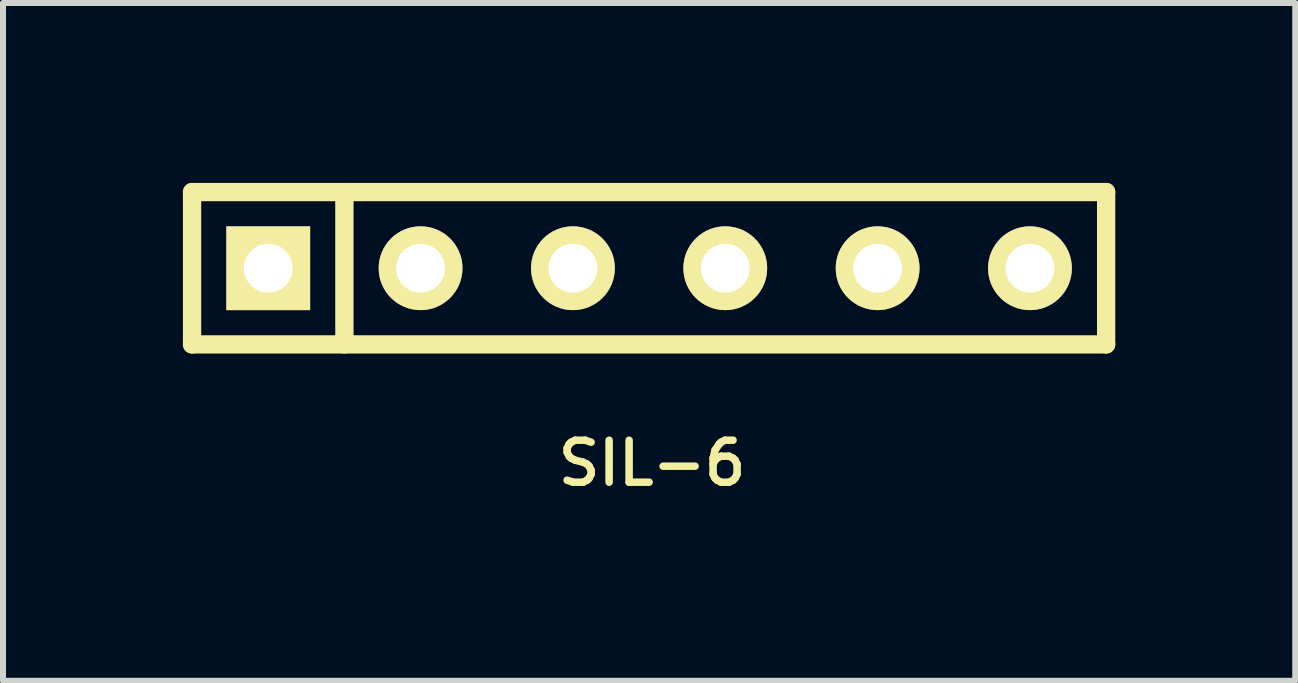
<source format=kicad_pcb>
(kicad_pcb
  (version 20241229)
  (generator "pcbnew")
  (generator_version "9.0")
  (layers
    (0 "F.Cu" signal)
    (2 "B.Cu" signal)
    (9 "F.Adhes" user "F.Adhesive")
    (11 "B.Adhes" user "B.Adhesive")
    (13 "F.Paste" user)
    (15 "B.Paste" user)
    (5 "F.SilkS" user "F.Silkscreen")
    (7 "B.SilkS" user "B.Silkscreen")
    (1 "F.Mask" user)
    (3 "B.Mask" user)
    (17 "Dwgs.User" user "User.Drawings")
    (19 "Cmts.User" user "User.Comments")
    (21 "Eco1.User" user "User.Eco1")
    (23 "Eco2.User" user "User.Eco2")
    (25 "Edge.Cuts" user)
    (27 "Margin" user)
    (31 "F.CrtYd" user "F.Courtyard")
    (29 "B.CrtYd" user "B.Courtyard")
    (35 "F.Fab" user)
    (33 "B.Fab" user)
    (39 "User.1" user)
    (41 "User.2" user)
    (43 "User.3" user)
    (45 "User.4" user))
  (footprint "SIL-6"
    (layer "F.Cu")
    (at 7.772 1.422)
    (property "Reference" "SIL-6" (at 0.05 3.25 0) (layer "F.SilkS") (effects (font (size 0.7 0.7) (thickness 0.125))))
    (attr through_hole)
    (fp_line (start -7.62 -1.27) (end 7.62 -1.27) (stroke (width 0.305) (type solid)) (layer "F.SilkS"))
    (fp_line (start -7.62 1.27) (end -7.62 -1.27) (stroke (width 0.305) (type solid)) (layer "F.SilkS"))
    (fp_line (start -5.08 1.27) (end -5.08 -1.27) (stroke (width 0.305) (type solid)) (layer "F.SilkS"))
    (fp_line (start 7.62 -1.27) (end 7.62 1.27) (stroke (width 0.305) (type solid)) (layer "F.SilkS"))
    (fp_line (start 7.62 1.27) (end -7.62 1.27) (stroke (width 0.305) (type solid)) (layer "F.SilkS"))
    (pad "1" thru_hole rect (at -6.35 0) (size 1.397 1.397) (drill 0.813) (layers "*.Cu" "*.Mask" "F.SilkS"))
    (pad "2" thru_hole circle (at -3.81 0) (size 1.397 1.397) (drill 0.813) (layers "*.Cu" "*.Mask" "F.SilkS"))
    (pad "3" thru_hole circle (at -1.27 0) (size 1.397 1.397) (drill 0.813) (layers "*.Cu" "*.Mask" "F.SilkS"))
    (pad "4" thru_hole circle (at 1.27 0) (size 1.397 1.397) (drill 0.813) (layers "*.Cu" "*.Mask" "F.SilkS"))
    (pad "5" thru_hole circle (at 3.81 0) (size 1.397 1.397) (drill 0.813) (layers "*.Cu" "*.Mask" "F.SilkS"))
    (pad "6" thru_hole circle (at 6.35 0) (size 1.397 1.397) (drill 0.813) (layers "*.Cu" "*.Mask" "F.SilkS")))
  (gr_rect
    (start -3 -3)
    (end 18.545 8.301)
    (stroke (width 0.1) (type default))
    (fill no)
    (layer "Edge.Cuts")))
</source>
